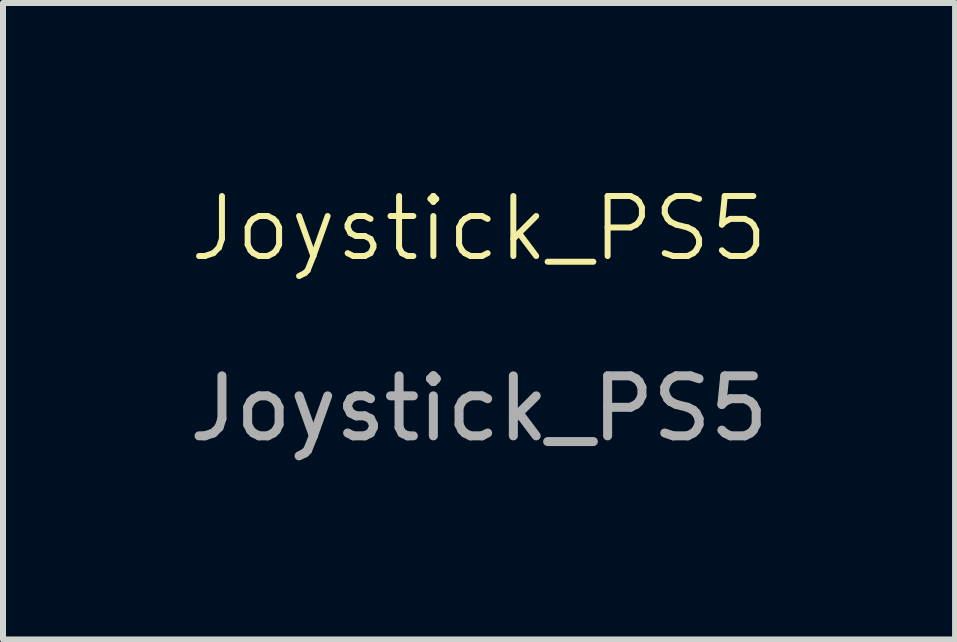
<source format=kicad_pcb>
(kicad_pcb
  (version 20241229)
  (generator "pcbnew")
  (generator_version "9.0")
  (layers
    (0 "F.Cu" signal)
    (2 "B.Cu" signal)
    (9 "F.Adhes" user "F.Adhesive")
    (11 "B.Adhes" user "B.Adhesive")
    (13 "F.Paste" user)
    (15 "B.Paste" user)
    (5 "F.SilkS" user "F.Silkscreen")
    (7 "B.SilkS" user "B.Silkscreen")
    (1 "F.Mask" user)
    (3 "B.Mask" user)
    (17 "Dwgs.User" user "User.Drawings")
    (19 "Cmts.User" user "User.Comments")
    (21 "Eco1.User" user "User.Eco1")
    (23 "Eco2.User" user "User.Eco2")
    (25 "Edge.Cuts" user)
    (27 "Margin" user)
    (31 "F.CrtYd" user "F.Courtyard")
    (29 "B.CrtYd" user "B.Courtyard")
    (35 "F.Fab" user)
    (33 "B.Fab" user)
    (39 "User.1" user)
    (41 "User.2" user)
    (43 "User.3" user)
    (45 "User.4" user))
  (footprint "Joystick_PS5"
    (layer "F.Cu")
    (at 4.935 1.26)
    (property "Reference" "Joystick_PS5" (at 0 -0.5 0) (unlocked yes) (layer "F.SilkS") (effects (font (size 1 1) (thickness 0.1))))
    (attr through_hole)
    (fp_text user "${REFERENCE}" (at 0 2.5 0) (unlocked yes) (layer "F.Fab") (effects (font (size 1 1) (thickness 0.15)))))
  (gr_rect
    (start -3 -3)
    (end 12.869 7.609)
    (stroke (width 0.1) (type default))
    (fill no)
    (layer "Edge.Cuts")))
</source>
